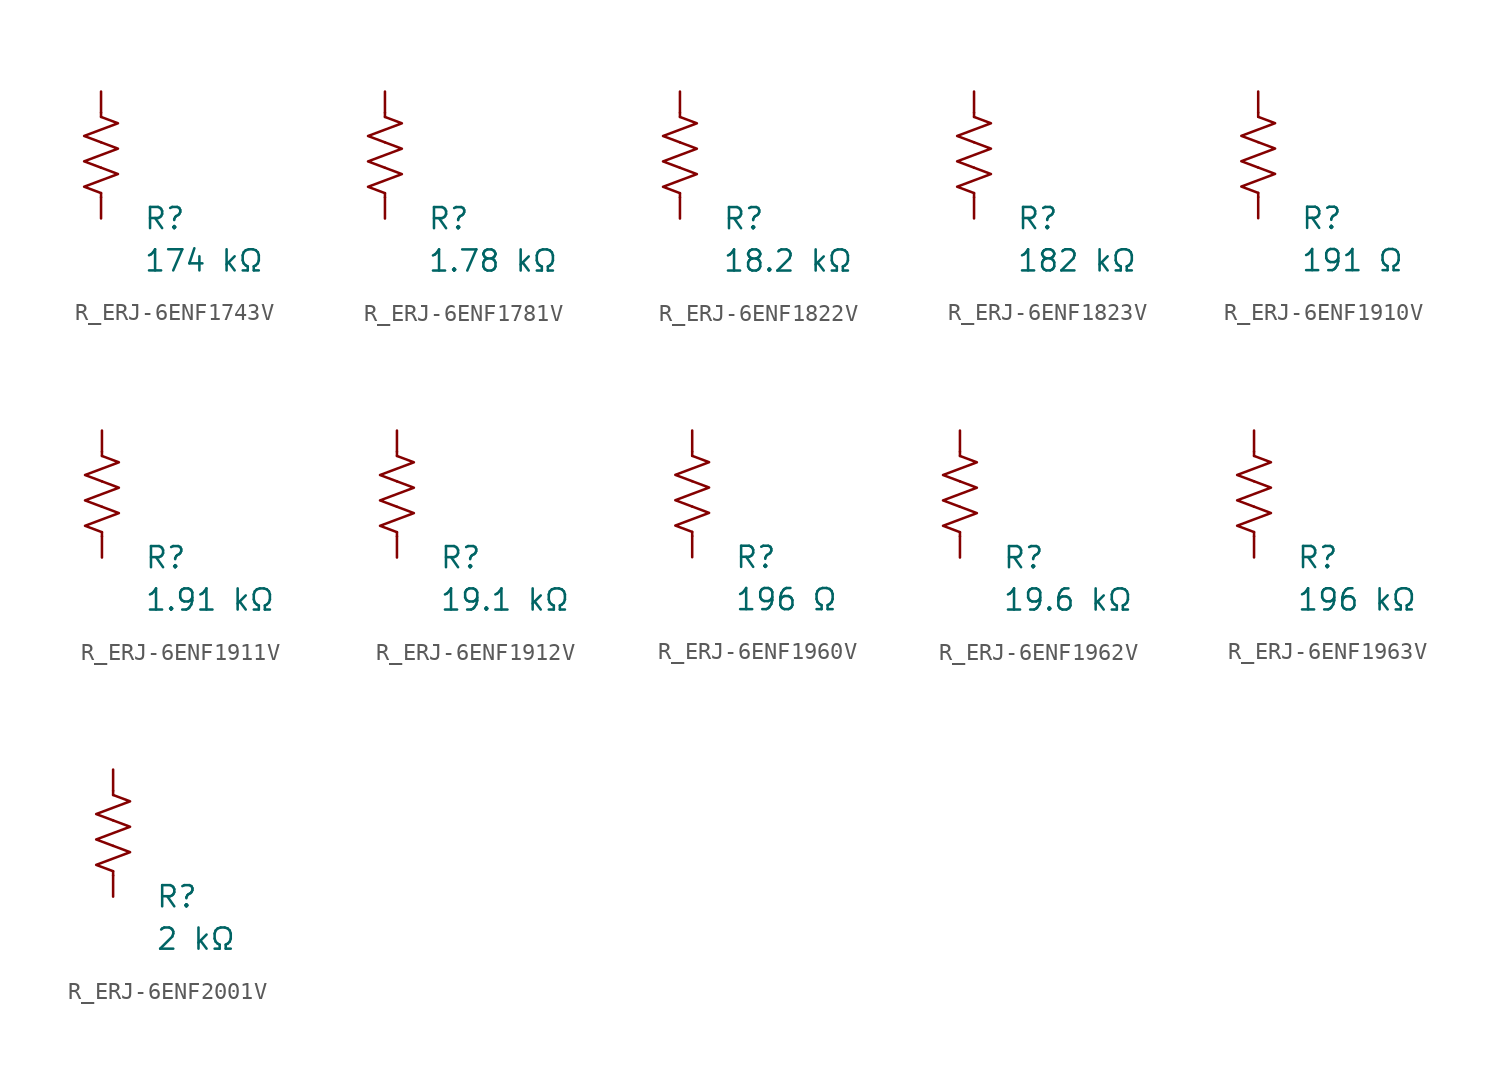
<source format=kicad_sym>
(kicad_symbol_lib
  (version 20231120)
  (generator "kicad_symbol_editor")
  (generator_version "8.0")
  (symbol "R_ERJ-6ENF1743V"
    (pin_numbers hide)
    (pin_names
      (offset 0))
    (property "Reference" "R"
      (at 2.54 -3.81 0)
      (effects (font (size 1.27 1.27)) (justify left))
      (show_name no))
    (property "Value" "174 kΩ"
      (at 2.54 -6.35 0)
      (effects (font (size 1.27 1.27)) (justify left))
      (show_name no))
    (symbol "R_ERJ-6ENF1743V_0_1"
      (polyline (pts (xy 0 -2.286) (xy 0 -2.54)) (stroke (width 0) (type default)) (fill (type none)))
      (polyline (pts (xy 0 2.286) (xy 0 2.54)) (stroke (width 0) (type default)) (fill (type none)))
      (polyline (pts (xy 0 -0.762) (xy 1.016 -1.143) (xy 0 -1.524) (xy -1.016 -1.905) (xy 0 -2.286)) (stroke (width 0) (type default)) (fill (type none)))
      (polyline (pts (xy 0 0.762) (xy 1.016 0.381) (xy 0 0) (xy -1.016 -0.381) (xy 0 -0.762)) (stroke (width 0) (type default)) (fill (type none)))
      (polyline (pts (xy 0 2.286) (xy 1.016 1.905) (xy 0 1.524) (xy -1.016 1.143) (xy 0 0.762)) (stroke (width 0) (type default)) (fill (type none))))
    (symbol "R_ERJ-6ENF1743V_1_1"
      (pin passive line (at 0 3.81 270) (length 1.27) (name "~" (effects (font (size 1.27 1.27)))) (number "1" (effects (font (size 1.27 1.27)))))
      (pin passive line (at 0 -3.81 90) (length 1.27) (name "~" (effects (font (size 1.27 1.27)))) (number "2" (effects (font (size 1.27 1.27)))))))
  (symbol "R_ERJ-6ENF1781V"
    (pin_numbers hide)
    (pin_names
      (offset 0))
    (property "Reference" "R"
      (at 2.54 -3.81 0)
      (effects (font (size 1.27 1.27)) (justify left))
      (show_name no))
    (property "Value" "1.78 kΩ"
      (at 2.54 -6.35 0)
      (effects (font (size 1.27 1.27)) (justify left))
      (show_name no))
    (symbol "R_ERJ-6ENF1781V_0_1"
      (polyline (pts (xy 0 -2.286) (xy 0 -2.54)) (stroke (width 0) (type default)) (fill (type none)))
      (polyline (pts (xy 0 2.286) (xy 0 2.54)) (stroke (width 0) (type default)) (fill (type none)))
      (polyline (pts (xy 0 -0.762) (xy 1.016 -1.143) (xy 0 -1.524) (xy -1.016 -1.905) (xy 0 -2.286)) (stroke (width 0) (type default)) (fill (type none)))
      (polyline (pts (xy 0 0.762) (xy 1.016 0.381) (xy 0 0) (xy -1.016 -0.381) (xy 0 -0.762)) (stroke (width 0) (type default)) (fill (type none)))
      (polyline (pts (xy 0 2.286) (xy 1.016 1.905) (xy 0 1.524) (xy -1.016 1.143) (xy 0 0.762)) (stroke (width 0) (type default)) (fill (type none))))
    (symbol "R_ERJ-6ENF1781V_1_1"
      (pin passive line (at 0 3.81 270) (length 1.27) (name "~" (effects (font (size 1.27 1.27)))) (number "1" (effects (font (size 1.27 1.27)))))
      (pin passive line (at 0 -3.81 90) (length 1.27) (name "~" (effects (font (size 1.27 1.27)))) (number "2" (effects (font (size 1.27 1.27)))))))
  (symbol "R_ERJ-6ENF1822V"
    (pin_numbers hide)
    (pin_names
      (offset 0))
    (property "Reference" "R"
      (at 2.54 -3.81 0)
      (effects (font (size 1.27 1.27)) (justify left))
      (show_name no))
    (property "Value" "18.2 kΩ"
      (at 2.54 -6.35 0)
      (effects (font (size 1.27 1.27)) (justify left))
      (show_name no))
    (symbol "R_ERJ-6ENF1822V_0_1"
      (polyline (pts (xy 0 -2.286) (xy 0 -2.54)) (stroke (width 0) (type default)) (fill (type none)))
      (polyline (pts (xy 0 2.286) (xy 0 2.54)) (stroke (width 0) (type default)) (fill (type none)))
      (polyline (pts (xy 0 -0.762) (xy 1.016 -1.143) (xy 0 -1.524) (xy -1.016 -1.905) (xy 0 -2.286)) (stroke (width 0) (type default)) (fill (type none)))
      (polyline (pts (xy 0 0.762) (xy 1.016 0.381) (xy 0 0) (xy -1.016 -0.381) (xy 0 -0.762)) (stroke (width 0) (type default)) (fill (type none)))
      (polyline (pts (xy 0 2.286) (xy 1.016 1.905) (xy 0 1.524) (xy -1.016 1.143) (xy 0 0.762)) (stroke (width 0) (type default)) (fill (type none))))
    (symbol "R_ERJ-6ENF1822V_1_1"
      (pin passive line (at 0 3.81 270) (length 1.27) (name "~" (effects (font (size 1.27 1.27)))) (number "1" (effects (font (size 1.27 1.27)))))
      (pin passive line (at 0 -3.81 90) (length 1.27) (name "~" (effects (font (size 1.27 1.27)))) (number "2" (effects (font (size 1.27 1.27)))))))
  (symbol "R_ERJ-6ENF1823V"
    (pin_numbers hide)
    (pin_names
      (offset 0))
    (property "Reference" "R"
      (at 2.54 -3.81 0)
      (effects (font (size 1.27 1.27)) (justify left))
      (show_name no))
    (property "Value" "182 kΩ"
      (at 2.54 -6.35 0)
      (effects (font (size 1.27 1.27)) (justify left))
      (show_name no))
    (symbol "R_ERJ-6ENF1823V_0_1"
      (polyline (pts (xy 0 -2.286) (xy 0 -2.54)) (stroke (width 0) (type default)) (fill (type none)))
      (polyline (pts (xy 0 2.286) (xy 0 2.54)) (stroke (width 0) (type default)) (fill (type none)))
      (polyline (pts (xy 0 -0.762) (xy 1.016 -1.143) (xy 0 -1.524) (xy -1.016 -1.905) (xy 0 -2.286)) (stroke (width 0) (type default)) (fill (type none)))
      (polyline (pts (xy 0 0.762) (xy 1.016 0.381) (xy 0 0) (xy -1.016 -0.381) (xy 0 -0.762)) (stroke (width 0) (type default)) (fill (type none)))
      (polyline (pts (xy 0 2.286) (xy 1.016 1.905) (xy 0 1.524) (xy -1.016 1.143) (xy 0 0.762)) (stroke (width 0) (type default)) (fill (type none))))
    (symbol "R_ERJ-6ENF1823V_1_1"
      (pin passive line (at 0 3.81 270) (length 1.27) (name "~" (effects (font (size 1.27 1.27)))) (number "1" (effects (font (size 1.27 1.27)))))
      (pin passive line (at 0 -3.81 90) (length 1.27) (name "~" (effects (font (size 1.27 1.27)))) (number "2" (effects (font (size 1.27 1.27)))))))
  (symbol "R_ERJ-6ENF1910V"
    (pin_numbers hide)
    (pin_names
      (offset 0))
    (property "Reference" "R"
      (at 2.54 -3.81 0)
      (effects (font (size 1.27 1.27)) (justify left))
      (show_name no))
    (property "Value" "191 Ω"
      (at 2.54 -6.35 0)
      (effects (font (size 1.27 1.27)) (justify left))
      (show_name no))
    (symbol "R_ERJ-6ENF1910V_0_1"
      (polyline (pts (xy 0 -2.286) (xy 0 -2.54)) (stroke (width 0) (type default)) (fill (type none)))
      (polyline (pts (xy 0 2.286) (xy 0 2.54)) (stroke (width 0) (type default)) (fill (type none)))
      (polyline (pts (xy 0 -0.762) (xy 1.016 -1.143) (xy 0 -1.524) (xy -1.016 -1.905) (xy 0 -2.286)) (stroke (width 0) (type default)) (fill (type none)))
      (polyline (pts (xy 0 0.762) (xy 1.016 0.381) (xy 0 0) (xy -1.016 -0.381) (xy 0 -0.762)) (stroke (width 0) (type default)) (fill (type none)))
      (polyline (pts (xy 0 2.286) (xy 1.016 1.905) (xy 0 1.524) (xy -1.016 1.143) (xy 0 0.762)) (stroke (width 0) (type default)) (fill (type none))))
    (symbol "R_ERJ-6ENF1910V_1_1"
      (pin passive line (at 0 3.81 270) (length 1.27) (name "~" (effects (font (size 1.27 1.27)))) (number "1" (effects (font (size 1.27 1.27)))))
      (pin passive line (at 0 -3.81 90) (length 1.27) (name "~" (effects (font (size 1.27 1.27)))) (number "2" (effects (font (size 1.27 1.27)))))))
  (symbol "R_ERJ-6ENF1911V"
    (pin_numbers hide)
    (pin_names
      (offset 0))
    (property "Reference" "R"
      (at 2.54 -3.81 0)
      (effects (font (size 1.27 1.27)) (justify left))
      (show_name no))
    (property "Value" "1.91 kΩ"
      (at 2.54 -6.35 0)
      (effects (font (size 1.27 1.27)) (justify left))
      (show_name no))
    (symbol "R_ERJ-6ENF1911V_0_1"
      (polyline (pts (xy 0 -2.286) (xy 0 -2.54)) (stroke (width 0) (type default)) (fill (type none)))
      (polyline (pts (xy 0 2.286) (xy 0 2.54)) (stroke (width 0) (type default)) (fill (type none)))
      (polyline (pts (xy 0 -0.762) (xy 1.016 -1.143) (xy 0 -1.524) (xy -1.016 -1.905) (xy 0 -2.286)) (stroke (width 0) (type default)) (fill (type none)))
      (polyline (pts (xy 0 0.762) (xy 1.016 0.381) (xy 0 0) (xy -1.016 -0.381) (xy 0 -0.762)) (stroke (width 0) (type default)) (fill (type none)))
      (polyline (pts (xy 0 2.286) (xy 1.016 1.905) (xy 0 1.524) (xy -1.016 1.143) (xy 0 0.762)) (stroke (width 0) (type default)) (fill (type none))))
    (symbol "R_ERJ-6ENF1911V_1_1"
      (pin passive line (at 0 3.81 270) (length 1.27) (name "~" (effects (font (size 1.27 1.27)))) (number "1" (effects (font (size 1.27 1.27)))))
      (pin passive line (at 0 -3.81 90) (length 1.27) (name "~" (effects (font (size 1.27 1.27)))) (number "2" (effects (font (size 1.27 1.27)))))))
  (symbol "R_ERJ-6ENF1912V"
    (pin_numbers hide)
    (pin_names
      (offset 0))
    (property "Reference" "R"
      (at 2.54 -3.81 0)
      (effects (font (size 1.27 1.27)) (justify left))
      (show_name no))
    (property "Value" "19.1 kΩ"
      (at 2.54 -6.35 0)
      (effects (font (size 1.27 1.27)) (justify left))
      (show_name no))
    (symbol "R_ERJ-6ENF1912V_0_1"
      (polyline (pts (xy 0 -2.286) (xy 0 -2.54)) (stroke (width 0) (type default)) (fill (type none)))
      (polyline (pts (xy 0 2.286) (xy 0 2.54)) (stroke (width 0) (type default)) (fill (type none)))
      (polyline (pts (xy 0 -0.762) (xy 1.016 -1.143) (xy 0 -1.524) (xy -1.016 -1.905) (xy 0 -2.286)) (stroke (width 0) (type default)) (fill (type none)))
      (polyline (pts (xy 0 0.762) (xy 1.016 0.381) (xy 0 0) (xy -1.016 -0.381) (xy 0 -0.762)) (stroke (width 0) (type default)) (fill (type none)))
      (polyline (pts (xy 0 2.286) (xy 1.016 1.905) (xy 0 1.524) (xy -1.016 1.143) (xy 0 0.762)) (stroke (width 0) (type default)) (fill (type none))))
    (symbol "R_ERJ-6ENF1912V_1_1"
      (pin passive line (at 0 3.81 270) (length 1.27) (name "~" (effects (font (size 1.27 1.27)))) (number "1" (effects (font (size 1.27 1.27)))))
      (pin passive line (at 0 -3.81 90) (length 1.27) (name "~" (effects (font (size 1.27 1.27)))) (number "2" (effects (font (size 1.27 1.27)))))))
  (symbol "R_ERJ-6ENF1960V"
    (pin_numbers hide)
    (pin_names
      (offset 0))
    (property "Reference" "R"
      (at 2.54 -3.81 0)
      (effects (font (size 1.27 1.27)) (justify left))
      (show_name no))
    (property "Value" "196 Ω"
      (at 2.54 -6.35 0)
      (effects (font (size 1.27 1.27)) (justify left))
      (show_name no))
    (symbol "R_ERJ-6ENF1960V_0_1"
      (polyline (pts (xy 0 -2.286) (xy 0 -2.54)) (stroke (width 0) (type default)) (fill (type none)))
      (polyline (pts (xy 0 2.286) (xy 0 2.54)) (stroke (width 0) (type default)) (fill (type none)))
      (polyline (pts (xy 0 -0.762) (xy 1.016 -1.143) (xy 0 -1.524) (xy -1.016 -1.905) (xy 0 -2.286)) (stroke (width 0) (type default)) (fill (type none)))
      (polyline (pts (xy 0 0.762) (xy 1.016 0.381) (xy 0 0) (xy -1.016 -0.381) (xy 0 -0.762)) (stroke (width 0) (type default)) (fill (type none)))
      (polyline (pts (xy 0 2.286) (xy 1.016 1.905) (xy 0 1.524) (xy -1.016 1.143) (xy 0 0.762)) (stroke (width 0) (type default)) (fill (type none))))
    (symbol "R_ERJ-6ENF1960V_1_1"
      (pin passive line (at 0 3.81 270) (length 1.27) (name "~" (effects (font (size 1.27 1.27)))) (number "1" (effects (font (size 1.27 1.27)))))
      (pin passive line (at 0 -3.81 90) (length 1.27) (name "~" (effects (font (size 1.27 1.27)))) (number "2" (effects (font (size 1.27 1.27)))))))
  (symbol "R_ERJ-6ENF1962V"
    (pin_numbers hide)
    (pin_names
      (offset 0))
    (property "Reference" "R"
      (at 2.54 -3.81 0)
      (effects (font (size 1.27 1.27)) (justify left))
      (show_name no))
    (property "Value" "19.6 kΩ"
      (at 2.54 -6.35 0)
      (effects (font (size 1.27 1.27)) (justify left))
      (show_name no))
    (symbol "R_ERJ-6ENF1962V_0_1"
      (polyline (pts (xy 0 -2.286) (xy 0 -2.54)) (stroke (width 0) (type default)) (fill (type none)))
      (polyline (pts (xy 0 2.286) (xy 0 2.54)) (stroke (width 0) (type default)) (fill (type none)))
      (polyline (pts (xy 0 -0.762) (xy 1.016 -1.143) (xy 0 -1.524) (xy -1.016 -1.905) (xy 0 -2.286)) (stroke (width 0) (type default)) (fill (type none)))
      (polyline (pts (xy 0 0.762) (xy 1.016 0.381) (xy 0 0) (xy -1.016 -0.381) (xy 0 -0.762)) (stroke (width 0) (type default)) (fill (type none)))
      (polyline (pts (xy 0 2.286) (xy 1.016 1.905) (xy 0 1.524) (xy -1.016 1.143) (xy 0 0.762)) (stroke (width 0) (type default)) (fill (type none))))
    (symbol "R_ERJ-6ENF1962V_1_1"
      (pin passive line (at 0 3.81 270) (length 1.27) (name "~" (effects (font (size 1.27 1.27)))) (number "1" (effects (font (size 1.27 1.27)))))
      (pin passive line (at 0 -3.81 90) (length 1.27) (name "~" (effects (font (size 1.27 1.27)))) (number "2" (effects (font (size 1.27 1.27)))))))
  (symbol "R_ERJ-6ENF1963V"
    (pin_numbers hide)
    (pin_names
      (offset 0))
    (property "Reference" "R"
      (at 2.54 -3.81 0)
      (effects (font (size 1.27 1.27)) (justify left))
      (show_name no))
    (property "Value" "196 kΩ"
      (at 2.54 -6.35 0)
      (effects (font (size 1.27 1.27)) (justify left))
      (show_name no))
    (symbol "R_ERJ-6ENF1963V_0_1"
      (polyline (pts (xy 0 -2.286) (xy 0 -2.54)) (stroke (width 0) (type default)) (fill (type none)))
      (polyline (pts (xy 0 2.286) (xy 0 2.54)) (stroke (width 0) (type default)) (fill (type none)))
      (polyline (pts (xy 0 -0.762) (xy 1.016 -1.143) (xy 0 -1.524) (xy -1.016 -1.905) (xy 0 -2.286)) (stroke (width 0) (type default)) (fill (type none)))
      (polyline (pts (xy 0 0.762) (xy 1.016 0.381) (xy 0 0) (xy -1.016 -0.381) (xy 0 -0.762)) (stroke (width 0) (type default)) (fill (type none)))
      (polyline (pts (xy 0 2.286) (xy 1.016 1.905) (xy 0 1.524) (xy -1.016 1.143) (xy 0 0.762)) (stroke (width 0) (type default)) (fill (type none))))
    (symbol "R_ERJ-6ENF1963V_1_1"
      (pin passive line (at 0 3.81 270) (length 1.27) (name "~" (effects (font (size 1.27 1.27)))) (number "1" (effects (font (size 1.27 1.27)))))
      (pin passive line (at 0 -3.81 90) (length 1.27) (name "~" (effects (font (size 1.27 1.27)))) (number "2" (effects (font (size 1.27 1.27)))))))
  (symbol "R_ERJ-6ENF2001V"
    (pin_numbers hide)
    (pin_names
      (offset 0))
    (property "Reference" "R"
      (at 2.54 -3.81 0)
      (effects (font (size 1.27 1.27)) (justify left))
      (show_name no))
    (property "Value" "2 kΩ"
      (at 2.54 -6.35 0)
      (effects (font (size 1.27 1.27)) (justify left))
      (show_name no))
    (symbol "R_ERJ-6ENF2001V_0_1"
      (polyline (pts (xy 0 -2.286) (xy 0 -2.54)) (stroke (width 0) (type default)) (fill (type none)))
      (polyline (pts (xy 0 2.286) (xy 0 2.54)) (stroke (width 0) (type default)) (fill (type none)))
      (polyline (pts (xy 0 -0.762) (xy 1.016 -1.143) (xy 0 -1.524) (xy -1.016 -1.905) (xy 0 -2.286)) (stroke (width 0) (type default)) (fill (type none)))
      (polyline (pts (xy 0 0.762) (xy 1.016 0.381) (xy 0 0) (xy -1.016 -0.381) (xy 0 -0.762)) (stroke (width 0) (type default)) (fill (type none)))
      (polyline (pts (xy 0 2.286) (xy 1.016 1.905) (xy 0 1.524) (xy -1.016 1.143) (xy 0 0.762)) (stroke (width 0) (type default)) (fill (type none))))
    (symbol "R_ERJ-6ENF2001V_1_1"
      (pin passive line (at 0 3.81 270) (length 1.27) (name "~" (effects (font (size 1.27 1.27)))) (number "1" (effects (font (size 1.27 1.27)))))
      (pin passive line (at 0 -3.81 90) (length 1.27) (name "~" (effects (font (size 1.27 1.27)))) (number "2" (effects (font (size 1.27 1.27))))))))
</source>
